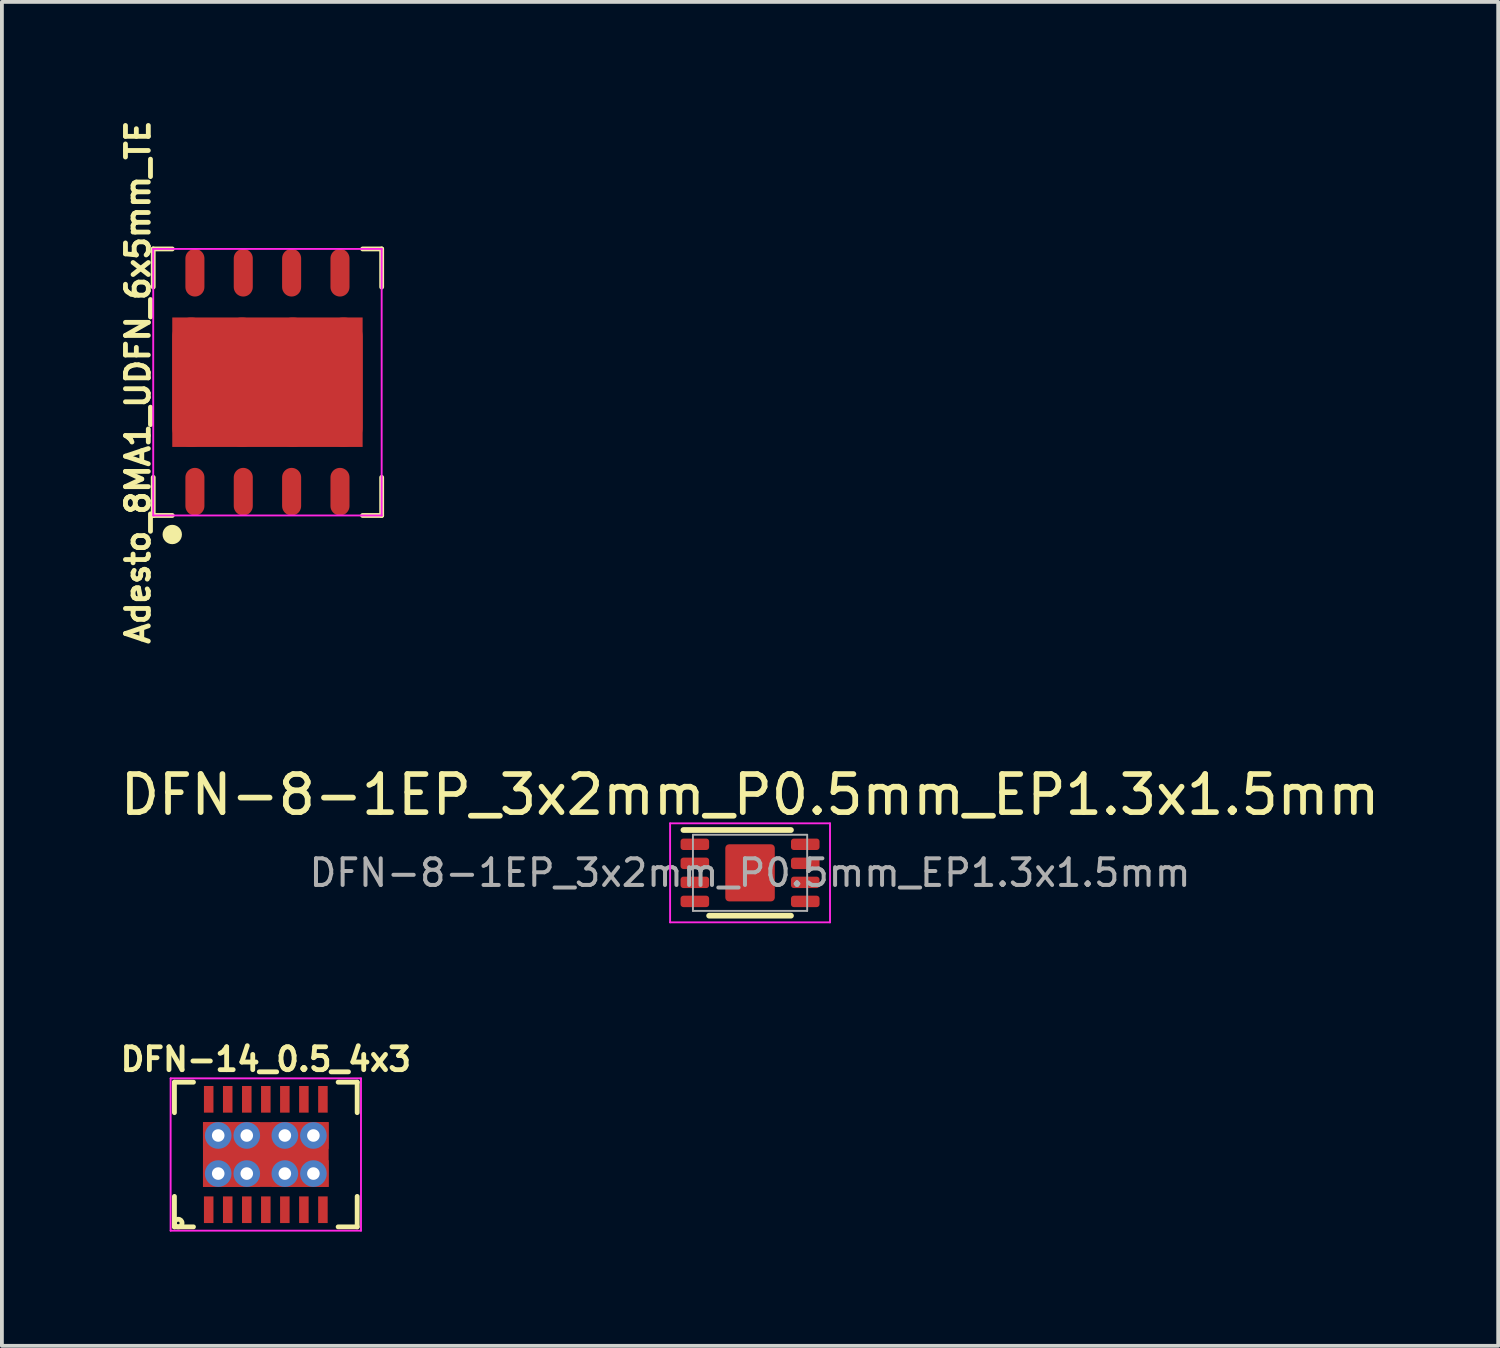
<source format=kicad_pcb>
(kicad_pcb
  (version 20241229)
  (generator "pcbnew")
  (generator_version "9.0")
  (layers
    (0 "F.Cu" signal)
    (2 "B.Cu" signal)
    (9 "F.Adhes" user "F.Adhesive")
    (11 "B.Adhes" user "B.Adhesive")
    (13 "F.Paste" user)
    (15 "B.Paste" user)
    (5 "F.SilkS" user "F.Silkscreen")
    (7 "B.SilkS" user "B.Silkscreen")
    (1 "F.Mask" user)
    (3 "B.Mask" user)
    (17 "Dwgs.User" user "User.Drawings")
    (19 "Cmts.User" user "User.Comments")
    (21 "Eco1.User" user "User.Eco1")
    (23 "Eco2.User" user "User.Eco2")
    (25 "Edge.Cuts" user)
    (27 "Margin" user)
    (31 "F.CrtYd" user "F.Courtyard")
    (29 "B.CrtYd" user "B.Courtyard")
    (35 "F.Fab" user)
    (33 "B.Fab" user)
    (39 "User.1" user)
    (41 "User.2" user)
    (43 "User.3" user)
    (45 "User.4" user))
  (footprint "Adesto_8MA1_UDFN_6x5mm_TE"
    (layer "F.Cu")
    (at 3.974 6.988)
    (property "Reference" "Adesto_8MA1_UDFN_6x5mm_TE" (at -3.4 0 90) (layer "F.SilkS") (effects (font (size 0.6 0.6) (thickness 0.127))))
    (attr smd)
    (fp_line (start -3 -3.5) (end -3 -2.5) (stroke (width 0.127) (type solid)) (layer "F.SilkS"))
    (fp_line (start -3 -3.5) (end -2.5 -3.5) (stroke (width 0.127) (type solid)) (layer "F.SilkS"))
    (fp_line (start -3 3.5) (end -3 2.5) (stroke (width 0.127) (type solid)) (layer "F.SilkS"))
    (fp_line (start -2.5 3.5) (end -3 3.5) (stroke (width 0.127) (type solid)) (layer "F.SilkS"))
    (fp_line (start 2.5 -3.5) (end 3 -3.5) (stroke (width 0.127) (type solid)) (layer "F.SilkS"))
    (fp_line (start 2.5 3.5) (end 3 3.5) (stroke (width 0.127) (type solid)) (layer "F.SilkS"))
    (fp_line (start 3 -3.5) (end 3 -2.5) (stroke (width 0.127) (type solid)) (layer "F.SilkS"))
    (fp_line (start 3 3.5) (end 3 2.5) (stroke (width 0.127) (type solid)) (layer "F.SilkS"))
    (fp_circle (center -2.5 4) (end -2.627 4) (stroke (width 0.254) (type solid)) (fill no) (layer "F.SilkS"))
    (fp_line (start -3 -3.5) (end -3 3.5) (stroke (width 0.05) (type solid)) (layer "F.CrtYd"))
    (fp_line (start -3 3.5) (end 3 3.5) (stroke (width 0.05) (type solid)) (layer "F.CrtYd"))
    (fp_line (start 3 -3.5) (end -3 -3.5) (stroke (width 0.05) (type solid)) (layer "F.CrtYd"))
    (fp_line (start 3 3.5) (end 3 -3.5) (stroke (width 0.05) (type solid)) (layer "F.CrtYd"))
    (pad "1" smd oval (at -1.905 2.875) (size 0.5 1.25) (layers "F.Cu" "F.Mask" "F.Paste"))
    (pad "2" smd oval (at -0.635 2.875) (size 0.5 1.25) (layers "F.Cu" "F.Mask" "F.Paste"))
    (pad "3" smd oval (at 0.635 2.875) (size 0.5 1.25) (layers "F.Cu" "F.Mask" "F.Paste"))
    (pad "4" smd oval (at 1.905 2.875) (size 0.5 1.25) (layers "F.Cu" "F.Mask" "F.Paste"))
    (pad "5" smd oval (at 1.905 -2.875) (size 0.5 1.25) (layers "F.Cu" "F.Mask" "F.Paste"))
    (pad "6" smd oval (at 0.635 -2.875) (size 0.5 1.25) (layers "F.Cu" "F.Mask" "F.Paste"))
    (pad "7" smd oval (at -0.635 -2.875) (size 0.5 1.25) (layers "F.Cu" "F.Mask" "F.Paste"))
    (pad "8" smd oval (at -1.905 -2.875) (size 0.5 1.25) (layers "F.Cu" "F.Mask" "F.Paste"))
    (pad "9" smd oval (at -2 0) (size 1 3.4) (layers "F.Cu" "F.Mask" "F.Paste"))
    (pad "9" smd oval (at -0.667 0) (size 1 3.4) (layers "F.Cu" "F.Mask" "F.Paste"))
    (pad "9" smd rect (at 0 0) (size 5 3.4) (layers "F.Cu" "F.Mask"))
    (pad "9" smd oval (at 0.667 0) (size 1 3.4) (layers "F.Cu" "F.Mask" "F.Paste"))
    (pad "9" smd oval (at 2 0) (size 1 3.4) (layers "F.Cu" "F.Mask" "F.Paste")))
  (footprint "DFN-8-1EP_3x2mm_P0.5mm_EP1.3x1.5mm"
    (layer "F.Cu")
    (at 16.649 19.874)
    (property "Reference" "DFN-8-1EP_3x2mm_P0.5mm_EP1.3x1.5mm" (at 0 -2.05 0) (layer "F.SilkS") (effects (font (size 1 1) (thickness 0.15))))
    (attr smd)
    (fp_line (start -1.75 -1.125) (end 1.075 -1.125) (stroke (width 0.15) (type solid)) (layer "F.SilkS"))
    (fp_line (start -1.075 1.125) (end 1.075 1.125) (stroke (width 0.15) (type solid)) (layer "F.SilkS"))
    (fp_line (start -2.1 -1.3) (end -2.1 1.3) (stroke (width 0.05) (type solid)) (layer "F.CrtYd"))
    (fp_line (start -2.1 -1.3) (end 2.1 -1.3) (stroke (width 0.05) (type solid)) (layer "F.CrtYd"))
    (fp_line (start -2.1 1.3) (end 2.1 1.3) (stroke (width 0.05) (type solid)) (layer "F.CrtYd"))
    (fp_line (start 2.1 -1.3) (end 2.1 1.3) (stroke (width 0.05) (type solid)) (layer "F.CrtYd"))
    (fp_line (start -1.5 -1) (end -1.5 1) (stroke (width 0.05) (type solid)) (layer "F.Fab"))
    (fp_line (start -1.5 -1) (end 1.5 -1) (stroke (width 0.05) (type solid)) (layer "F.Fab"))
    (fp_line (start 1.5 -1) (end 1.5 1) (stroke (width 0.05) (type solid)) (layer "F.Fab"))
    (fp_line (start 1.5 1) (end -1.5 1) (stroke (width 0.05) (type solid)) (layer "F.Fab"))
    (fp_text user "${REFERENCE}" (at 0 0 0) (layer "F.Fab") (effects (font (size 0.7 0.7) (thickness 0.105))))
    (pad "" smd roundrect (at -0.325 -0.375) (size 0.5 0.6) (layers "F.Paste") (roundrect_rratio 0.15))
    (pad "" smd roundrect (at -0.325 0.375) (size 0.5 0.6) (layers "F.Paste") (roundrect_rratio 0.15))
    (pad "" smd roundrect (at 0.325 -0.375) (size 0.5 0.6) (layers "F.Paste") (roundrect_rratio 0.15))
    (pad "" smd roundrect (at 0.325 0.375) (size 0.5 0.6) (layers "F.Paste") (roundrect_rratio 0.15))
    (pad "1" smd roundrect (at -1.45 -0.75) (size 0.75 0.3) (layers "F.Cu" "F.Mask" "F.Paste") (roundrect_rratio 0.25))
    (pad "2" smd roundrect (at -1.45 -0.25) (size 0.75 0.3) (layers "F.Cu" "F.Mask" "F.Paste") (roundrect_rratio 0.25))
    (pad "3" smd roundrect (at -1.45 0.25) (size 0.75 0.3) (layers "F.Cu" "F.Mask" "F.Paste") (roundrect_rratio 0.25))
    (pad "4" smd roundrect (at -1.45 0.75) (size 0.75 0.3) (layers "F.Cu" "F.Mask" "F.Paste") (roundrect_rratio 0.25))
    (pad "5" smd roundrect (at 1.45 0.75) (size 0.75 0.3) (layers "F.Cu" "F.Mask" "F.Paste") (roundrect_rratio 0.25))
    (pad "6" smd roundrect (at 1.45 0.25) (size 0.75 0.3) (layers "F.Cu" "F.Mask" "F.Paste") (roundrect_rratio 0.25))
    (pad "7" smd roundrect (at 1.45 -0.25) (size 0.75 0.3) (layers "F.Cu" "F.Mask" "F.Paste") (roundrect_rratio 0.25))
    (pad "8" smd roundrect (at 1.45 -0.75) (size 0.75 0.3) (layers "F.Cu" "F.Mask" "F.Paste") (roundrect_rratio 0.25))
    (pad "9" smd roundrect (at 0 0) (size 1.3 1.5) (layers "F.Cu" "F.Mask") (roundrect_rratio 0.077)))
  (footprint "DFN-14_0.5_4x3"
    (layer "F.Cu")
    (at 3.931 27.272)
    (property "Reference" "DFN-14_0.5_4x3" (at 0 -2.5 0) (layer "F.SilkS") (effects (font (size 0.6 0.6) (thickness 0.127))))
    (attr through_hole)
    (fp_line (start -2.4 -1.9) (end -2.4 -1.1) (stroke (width 0.127) (type solid)) (layer "F.SilkS"))
    (fp_line (start -2.4 -1.9) (end -1.9 -1.9) (stroke (width 0.127) (type solid)) (layer "F.SilkS"))
    (fp_line (start -2.4 1.9) (end -2.4 1.1) (stroke (width 0.127) (type solid)) (layer "F.SilkS"))
    (fp_line (start -1.9 1.9) (end -2.4 1.9) (stroke (width 0.127) (type solid)) (layer "F.SilkS"))
    (fp_line (start 1.9 -1.9) (end 2.4 -1.9) (stroke (width 0.127) (type solid)) (layer "F.SilkS"))
    (fp_line (start 2.4 -1.9) (end 2.4 -1.1) (stroke (width 0.127) (type solid)) (layer "F.SilkS"))
    (fp_line (start 2.4 1.9) (end 1.9 1.9) (stroke (width 0.127) (type solid)) (layer "F.SilkS"))
    (fp_line (start 2.4 1.9) (end 2.4 1.1) (stroke (width 0.127) (type solid)) (layer "F.SilkS"))
    (fp_circle (center -2.3 1.8) (end -2.3 1.7) (stroke (width 0.127) (type solid)) (fill no) (layer "F.SilkS"))
    (fp_line (start -2.5 -2) (end 2.5 -2) (stroke (width 0.05) (type solid)) (layer "F.CrtYd"))
    (fp_line (start -2.5 2) (end -2.5 -2) (stroke (width 0.05) (type solid)) (layer "F.CrtYd"))
    (fp_line (start 2.5 -2) (end 2.5 2) (stroke (width 0.05) (type solid)) (layer "F.CrtYd"))
    (fp_line (start 2.5 2) (end -2.5 2) (stroke (width 0.05) (type solid)) (layer "F.CrtYd"))
    (pad "1" smd rect (at -1.5 1.45) (size 0.25 0.7) (layers "F.Cu" "F.Mask" "F.Paste"))
    (pad "2" smd rect (at -1 1.45) (size 0.25 0.7) (layers "F.Cu" "F.Mask" "F.Paste"))
    (pad "3" smd rect (at -0.5 1.45) (size 0.25 0.7) (layers "F.Cu" "F.Mask" "F.Paste"))
    (pad "4" smd rect (at 0 1.45) (size 0.25 0.7) (layers "F.Cu" "F.Mask" "F.Paste"))
    (pad "5" smd rect (at 0.5 1.45) (size 0.25 0.7) (layers "F.Cu" "F.Mask" "F.Paste"))
    (pad "6" smd rect (at 1 1.45) (size 0.25 0.7) (layers "F.Cu" "F.Mask" "F.Paste"))
    (pad "7" smd rect (at 1.5 1.45) (size 0.25 0.7) (layers "F.Cu" "F.Mask" "F.Paste"))
    (pad "8" smd rect (at 1.5 -1.45) (size 0.25 0.7) (layers "F.Cu" "F.Mask" "F.Paste"))
    (pad "9" smd rect (at 1 -1.45) (size 0.25 0.7) (layers "F.Cu" "F.Mask" "F.Paste"))
    (pad "10" smd rect (at 0.5 -1.45) (size 0.25 0.7) (layers "F.Cu" "F.Mask" "F.Paste"))
    (pad "11" smd rect (at 0 -1.45) (size 0.25 0.7) (layers "F.Cu" "F.Mask" "F.Paste"))
    (pad "12" smd rect (at -0.5 -1.45) (size 0.25 0.7) (layers "F.Cu" "F.Mask" "F.Paste"))
    (pad "13" smd rect (at -1 -1.45) (size 0.25 0.7) (layers "F.Cu" "F.Mask" "F.Paste"))
    (pad "14" smd rect (at -1.5 -1.45) (size 0.25 0.7) (layers "F.Cu" "F.Mask" "F.Paste"))
    (pad "15" thru_hole circle (at -1.25 -0.5) (size 0.7 0.7) (drill 0.33) (layers "*.Cu" "F.Mask"))
    (pad "15" thru_hole circle (at -1.25 0.5) (size 0.7 0.7) (drill 0.33) (layers "*.Cu" "F.Mask"))
    (pad "15" smd rect (at -0.9 -0.5) (size 1.5 0.7) (layers "F.Cu" "F.Mask" "F.Paste"))
    (pad "15" smd rect (at -0.9 0.5) (size 1.5 0.7) (layers "F.Cu" "F.Mask" "F.Paste"))
    (pad "15" thru_hole circle (at -0.5 -0.5) (size 0.7 0.7) (drill 0.33) (layers "*.Cu" "F.Mask"))
    (pad "15" thru_hole circle (at -0.5 0.5) (size 0.7 0.7) (drill 0.33) (layers "*.Cu" "F.Mask"))
    (pad "15" smd rect (at 0 0) (size 3.3 1.7) (layers "F.Cu" "F.Mask"))
    (pad "15" thru_hole circle (at 0.5 -0.5) (size 0.7 0.7) (drill 0.33) (layers "*.Cu" "F.Mask"))
    (pad "15" thru_hole circle (at 0.5 0.5) (size 0.7 0.7) (drill 0.33) (layers "*.Cu" "F.Mask"))
    (pad "15" smd rect (at 0.9 -0.5) (size 1.5 0.7) (layers "F.Cu" "F.Mask" "F.Paste"))
    (pad "15" smd rect (at 0.9 0.5) (size 1.5 0.7) (layers "F.Cu" "F.Mask" "F.Paste"))
    (pad "15" thru_hole circle (at 1.25 -0.5) (size 0.7 0.7) (drill 0.33) (layers "*.Cu" "F.Mask"))
    (pad "15" thru_hole circle (at 1.25 0.5) (size 0.7 0.7) (drill 0.33) (layers "*.Cu" "F.Mask")))
  (gr_rect
    (start -3 -3)
    (end 36.298 32.297)
    (stroke (width 0.1) (type default))
    (fill no)
    (layer "Edge.Cuts")))
</source>
